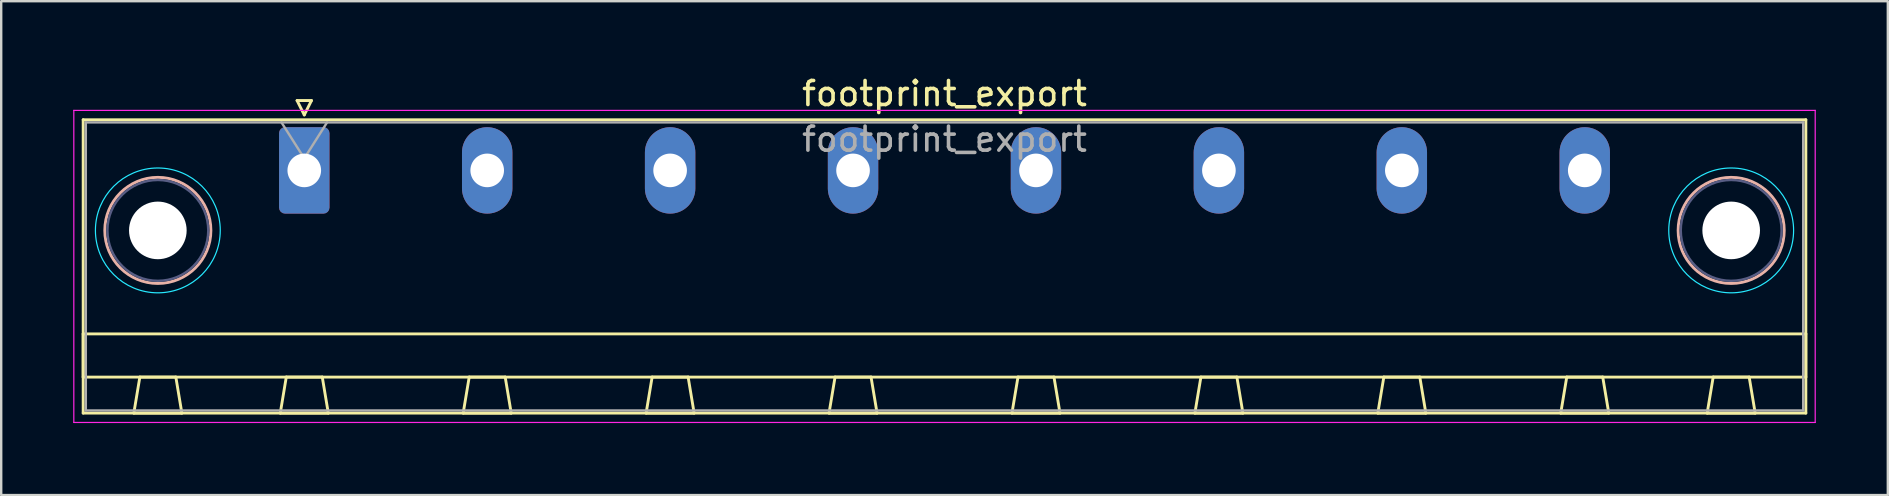
<source format=kicad_pcb>
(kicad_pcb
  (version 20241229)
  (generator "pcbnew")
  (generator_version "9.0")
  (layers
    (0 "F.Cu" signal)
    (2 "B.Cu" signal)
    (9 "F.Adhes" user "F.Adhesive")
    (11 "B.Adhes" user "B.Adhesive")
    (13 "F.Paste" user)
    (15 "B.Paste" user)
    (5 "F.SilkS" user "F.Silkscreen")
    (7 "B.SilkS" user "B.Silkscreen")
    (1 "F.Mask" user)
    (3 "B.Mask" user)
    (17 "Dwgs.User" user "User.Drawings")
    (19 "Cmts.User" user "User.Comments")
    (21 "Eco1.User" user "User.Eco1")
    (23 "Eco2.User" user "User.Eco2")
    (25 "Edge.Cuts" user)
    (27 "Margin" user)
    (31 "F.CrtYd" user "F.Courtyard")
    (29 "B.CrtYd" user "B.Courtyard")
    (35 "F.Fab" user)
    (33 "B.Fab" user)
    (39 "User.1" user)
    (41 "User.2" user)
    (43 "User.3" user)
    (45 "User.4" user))
  (footprint "footprint_export"
    (layer "F.Cu")
    (at 9.625 4.048)
    (property "Reference" "footprint_export" (at 26.67 -3.2 0) (layer "F.SilkS") (effects (font (size 1 1) (thickness 0.15))))
    (attr through_hole)
    (fp_line (start -9.21 -2.11) (end -9.21 10.11) (stroke (width 0.12) (type solid)) (layer "F.SilkS"))
    (fp_line (start -9.21 6.81) (end 62.55 6.81) (stroke (width 0.12) (type solid)) (layer "F.SilkS"))
    (fp_line (start -9.21 8.61) (end -9.21 6.81) (stroke (width 0.12) (type solid)) (layer "F.SilkS"))
    (fp_line (start -9.21 10.11) (end 62.55 10.11) (stroke (width 0.12) (type solid)) (layer "F.SilkS"))
    (fp_line (start -7.1 10.11) (end -5.1 10.11) (stroke (width 0.12) (type solid)) (layer "F.SilkS"))
    (fp_line (start -6.85 8.61) (end -7.1 10.11) (stroke (width 0.12) (type solid)) (layer "F.SilkS"))
    (fp_line (start -5.35 8.61) (end -6.85 8.61) (stroke (width 0.12) (type solid)) (layer "F.SilkS"))
    (fp_line (start -5.1 10.11) (end -5.35 8.61) (stroke (width 0.12) (type solid)) (layer "F.SilkS"))
    (fp_line (start -1 10.11) (end 1 10.11) (stroke (width 0.12) (type solid)) (layer "F.SilkS"))
    (fp_line (start -0.75 8.61) (end -1 10.11) (stroke (width 0.12) (type solid)) (layer "F.SilkS"))
    (fp_line (start -0.3 -2.91) (end 0.3 -2.91) (stroke (width 0.12) (type solid)) (layer "F.SilkS"))
    (fp_line (start 0 -2.31) (end -0.3 -2.91) (stroke (width 0.12) (type solid)) (layer "F.SilkS"))
    (fp_line (start 0.3 -2.91) (end 0 -2.31) (stroke (width 0.12) (type solid)) (layer "F.SilkS"))
    (fp_line (start 0.75 8.61) (end -0.75 8.61) (stroke (width 0.12) (type solid)) (layer "F.SilkS"))
    (fp_line (start 1 10.11) (end 0.75 8.61) (stroke (width 0.12) (type solid)) (layer "F.SilkS"))
    (fp_line (start 6.62 10.11) (end 8.62 10.11) (stroke (width 0.12) (type solid)) (layer "F.SilkS"))
    (fp_line (start 6.87 8.61) (end 6.62 10.11) (stroke (width 0.12) (type solid)) (layer "F.SilkS"))
    (fp_line (start 8.37 8.61) (end 6.87 8.61) (stroke (width 0.12) (type solid)) (layer "F.SilkS"))
    (fp_line (start 8.62 10.11) (end 8.37 8.61) (stroke (width 0.12) (type solid)) (layer "F.SilkS"))
    (fp_line (start 14.24 10.11) (end 16.24 10.11) (stroke (width 0.12) (type solid)) (layer "F.SilkS"))
    (fp_line (start 14.49 8.61) (end 14.24 10.11) (stroke (width 0.12) (type solid)) (layer "F.SilkS"))
    (fp_line (start 15.99 8.61) (end 14.49 8.61) (stroke (width 0.12) (type solid)) (layer "F.SilkS"))
    (fp_line (start 16.24 10.11) (end 15.99 8.61) (stroke (width 0.12) (type solid)) (layer "F.SilkS"))
    (fp_line (start 21.86 10.11) (end 23.86 10.11) (stroke (width 0.12) (type solid)) (layer "F.SilkS"))
    (fp_line (start 22.11 8.61) (end 21.86 10.11) (stroke (width 0.12) (type solid)) (layer "F.SilkS"))
    (fp_line (start 23.61 8.61) (end 22.11 8.61) (stroke (width 0.12) (type solid)) (layer "F.SilkS"))
    (fp_line (start 23.86 10.11) (end 23.61 8.61) (stroke (width 0.12) (type solid)) (layer "F.SilkS"))
    (fp_line (start 29.48 10.11) (end 31.48 10.11) (stroke (width 0.12) (type solid)) (layer "F.SilkS"))
    (fp_line (start 29.73 8.61) (end 29.48 10.11) (stroke (width 0.12) (type solid)) (layer "F.SilkS"))
    (fp_line (start 31.23 8.61) (end 29.73 8.61) (stroke (width 0.12) (type solid)) (layer "F.SilkS"))
    (fp_line (start 31.48 10.11) (end 31.23 8.61) (stroke (width 0.12) (type solid)) (layer "F.SilkS"))
    (fp_line (start 37.1 10.11) (end 39.1 10.11) (stroke (width 0.12) (type solid)) (layer "F.SilkS"))
    (fp_line (start 37.35 8.61) (end 37.1 10.11) (stroke (width 0.12) (type solid)) (layer "F.SilkS"))
    (fp_line (start 38.85 8.61) (end 37.35 8.61) (stroke (width 0.12) (type solid)) (layer "F.SilkS"))
    (fp_line (start 39.1 10.11) (end 38.85 8.61) (stroke (width 0.12) (type solid)) (layer "F.SilkS"))
    (fp_line (start 44.72 10.11) (end 46.72 10.11) (stroke (width 0.12) (type solid)) (layer "F.SilkS"))
    (fp_line (start 44.97 8.61) (end 44.72 10.11) (stroke (width 0.12) (type solid)) (layer "F.SilkS"))
    (fp_line (start 46.47 8.61) (end 44.97 8.61) (stroke (width 0.12) (type solid)) (layer "F.SilkS"))
    (fp_line (start 46.72 10.11) (end 46.47 8.61) (stroke (width 0.12) (type solid)) (layer "F.SilkS"))
    (fp_line (start 52.34 10.11) (end 54.34 10.11) (stroke (width 0.12) (type solid)) (layer "F.SilkS"))
    (fp_line (start 52.59 8.61) (end 52.34 10.11) (stroke (width 0.12) (type solid)) (layer "F.SilkS"))
    (fp_line (start 54.09 8.61) (end 52.59 8.61) (stroke (width 0.12) (type solid)) (layer "F.SilkS"))
    (fp_line (start 54.34 10.11) (end 54.09 8.61) (stroke (width 0.12) (type solid)) (layer "F.SilkS"))
    (fp_line (start 58.44 10.11) (end 60.44 10.11) (stroke (width 0.12) (type solid)) (layer "F.SilkS"))
    (fp_line (start 58.69 8.61) (end 58.44 10.11) (stroke (width 0.12) (type solid)) (layer "F.SilkS"))
    (fp_line (start 60.19 8.61) (end 58.69 8.61) (stroke (width 0.12) (type solid)) (layer "F.SilkS"))
    (fp_line (start 60.44 10.11) (end 60.19 8.61) (stroke (width 0.12) (type solid)) (layer "F.SilkS"))
    (fp_line (start 62.55 -2.11) (end -9.21 -2.11) (stroke (width 0.12) (type solid)) (layer "F.SilkS"))
    (fp_line (start 62.55 6.81) (end 62.55 8.61) (stroke (width 0.12) (type solid)) (layer "F.SilkS"))
    (fp_line (start 62.55 8.61) (end -9.21 8.61) (stroke (width 0.12) (type solid)) (layer "F.SilkS"))
    (fp_line (start 62.55 10.11) (end 62.55 -2.11) (stroke (width 0.12) (type solid)) (layer "F.SilkS"))
    (fp_circle (center -6.1 2.5) (end -3.89 2.5) (stroke (width 0.12) (type solid)) (fill no) (layer "B.SilkS"))
    (fp_circle (center 59.44 2.5) (end 61.65 2.5) (stroke (width 0.12) (type solid)) (fill no) (layer "B.SilkS"))
    (fp_circle (center -6.1 2.5) (end -3.5 2.5) (stroke (width 0.05) (type solid)) (fill no) (layer "B.CrtYd"))
    (fp_circle (center 59.44 2.5) (end 62.04 2.5) (stroke (width 0.05) (type solid)) (fill no) (layer "B.CrtYd"))
    (fp_line (start -9.6 -2.5) (end -9.6 10.5) (stroke (width 0.05) (type solid)) (layer "F.CrtYd"))
    (fp_line (start -9.6 10.5) (end 62.94 10.5) (stroke (width 0.05) (type solid)) (layer "F.CrtYd"))
    (fp_line (start 62.94 -2.5) (end -9.6 -2.5) (stroke (width 0.05) (type solid)) (layer "F.CrtYd"))
    (fp_line (start 62.94 10.5) (end 62.94 -2.5) (stroke (width 0.05) (type solid)) (layer "F.CrtYd"))
    (fp_circle (center -6.1 2.5) (end -4 2.5) (stroke (width 0.1) (type solid)) (fill no) (layer "B.Fab"))
    (fp_circle (center 59.44 2.5) (end 61.54 2.5) (stroke (width 0.1) (type solid)) (fill no) (layer "B.Fab"))
    (fp_line (start -9.1 -2) (end -9.1 10) (stroke (width 0.1) (type solid)) (layer "F.Fab"))
    (fp_line (start -9.1 10) (end 62.44 10) (stroke (width 0.1) (type solid)) (layer "F.Fab"))
    (fp_line (start 0 -0.5) (end -0.95 -2) (stroke (width 0.1) (type solid)) (layer "F.Fab"))
    (fp_line (start 0.95 -2) (end 0 -0.5) (stroke (width 0.1) (type solid)) (layer "F.Fab"))
    (fp_line (start 62.44 -2) (end -9.1 -2) (stroke (width 0.1) (type solid)) (layer "F.Fab"))
    (fp_line (start 62.44 10) (end 62.44 -2) (stroke (width 0.1) (type solid)) (layer "F.Fab"))
    (fp_text user "${REFERENCE}" (at 26.67 -1.3 0) (layer "F.Fab") (effects (font (size 1 1) (thickness 0.15))))
    (pad "" np_thru_hole circle (at -6.1 2.5) (size 2.4 2.4) (drill 2.4) (layers "*.Cu" "*.Mask"))
    (pad "" np_thru_hole circle (at 59.44 2.5) (size 2.4 2.4) (drill 2.4) (layers "*.Cu" "*.Mask"))
    (pad "1" thru_hole roundrect (at 0 0) (size 2.1 3.6) (drill 1.4) (layers "*.Cu" "*.Mask") (roundrect_rratio 0.119))
    (pad "2" thru_hole oval (at 7.62 0) (size 2.1 3.6) (drill 1.4) (layers "*.Cu" "*.Mask"))
    (pad "3" thru_hole oval (at 15.24 0) (size 2.1 3.6) (drill 1.4) (layers "*.Cu" "*.Mask"))
    (pad "4" thru_hole oval (at 22.86 0) (size 2.1 3.6) (drill 1.4) (layers "*.Cu" "*.Mask"))
    (pad "5" thru_hole oval (at 30.48 0) (size 2.1 3.6) (drill 1.4) (layers "*.Cu" "*.Mask"))
    (pad "6" thru_hole oval (at 38.1 0) (size 2.1 3.6) (drill 1.4) (layers "*.Cu" "*.Mask"))
    (pad "7" thru_hole oval (at 45.72 0) (size 2.1 3.6) (drill 1.4) (layers "*.Cu" "*.Mask"))
    (pad "8" thru_hole oval (at 53.34 0) (size 2.1 3.6) (drill 1.4) (layers "*.Cu" "*.Mask")))
  (gr_rect
    (start -3 -3)
    (end 75.59 17.573)
    (stroke (width 0.1) (type default))
    (fill no)
    (layer "Edge.Cuts")))
</source>
